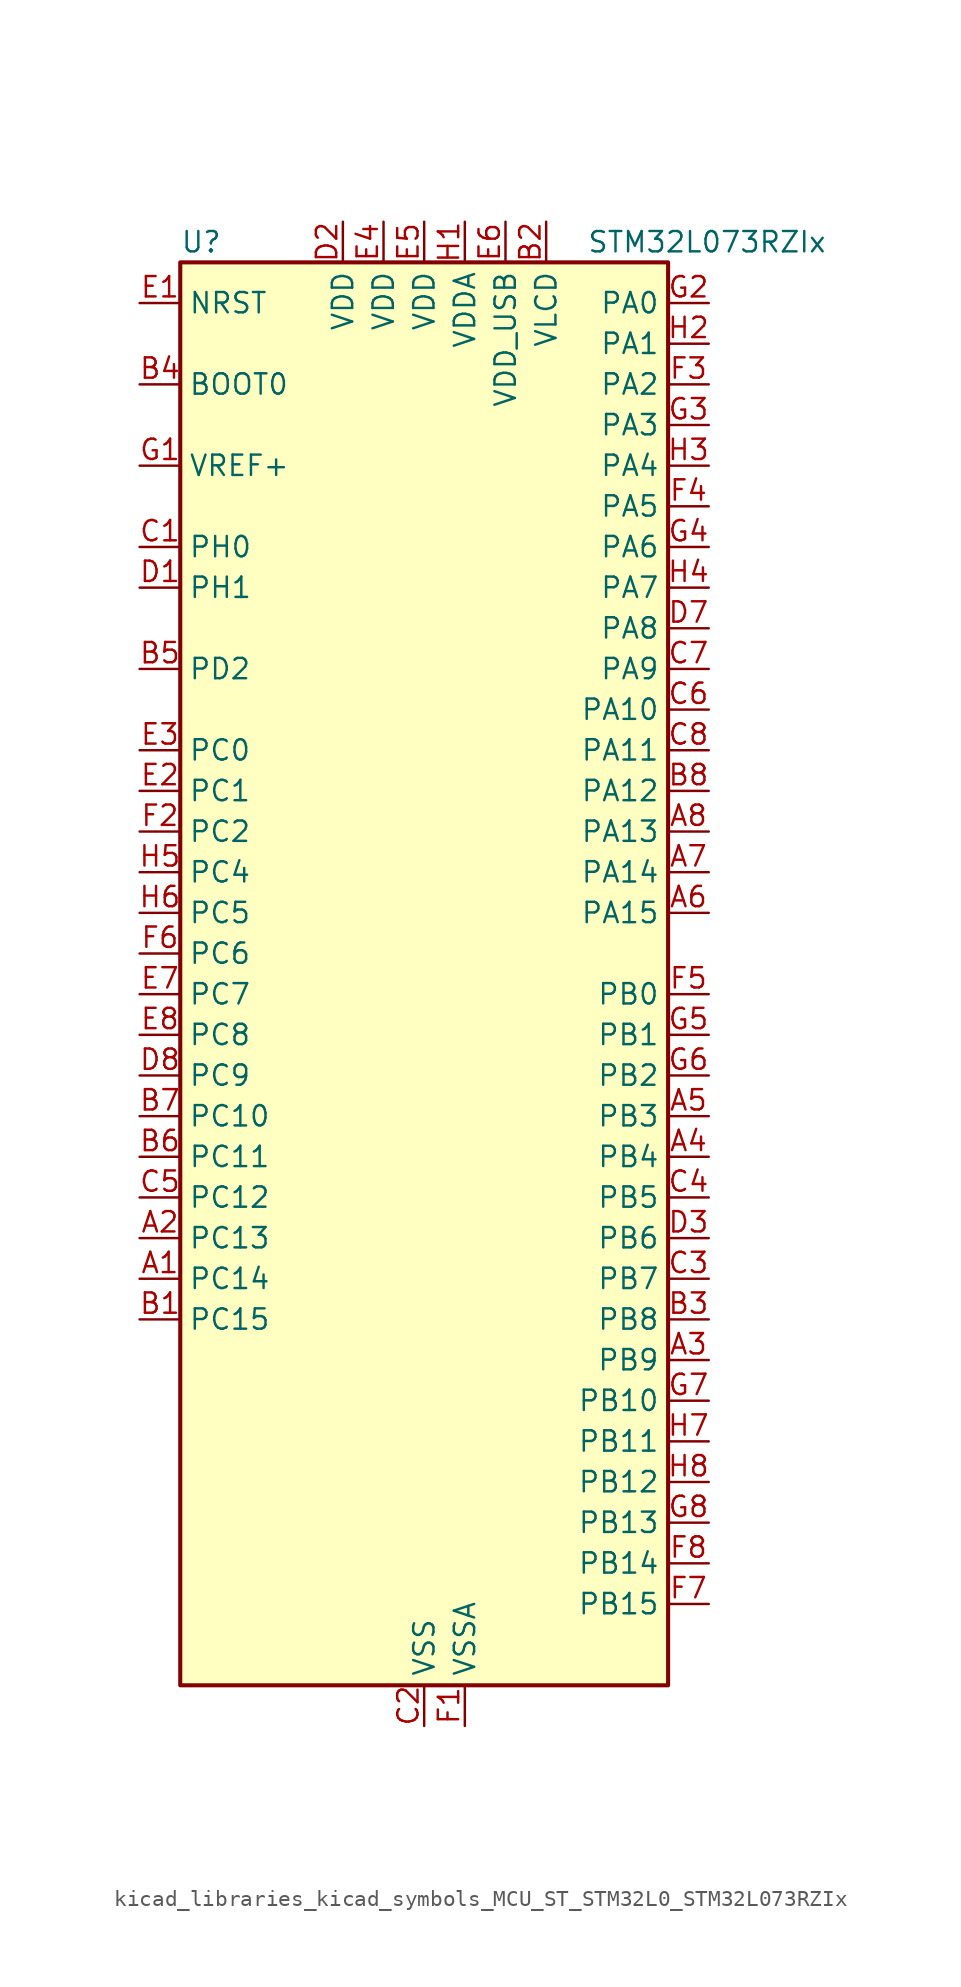
<source format=kicad_sym>
(kicad_symbol_lib
  (version 20220914)
  (generator kicad_symbol_editor)
  (symbol "kicad_libraries_kicad_symbols_MCU_ST_STM32L0_STM32L073RZIx"
    (property "Reference" "U"
      (at -15.24 46.99 0)
      (effects (font (size 1.27 1.27)) (justify left)))
    (property "Value" "STM32L073RZIx"
      (at 10.16 46.99 0)
      (effects (font (size 1.27 1.27)) (justify left)))
    (property "ki_locked" ""
      (at 0 0 0)
      (effects (font (size 1.27 1.27))))
    (symbol "kicad_libraries_kicad_symbols_MCU_ST_STM32L0_STM32L073RZIx_0_1"
      (rectangle (start -15.24 -43.18) (end 15.24 45.72) (stroke (width 0.254) (type default)) (fill (type background))))
    (symbol "kicad_libraries_kicad_symbols_MCU_ST_STM32L0_STM32L073RZIx_1_1"
      (pin bidirectional line (at -17.78 -17.78 0) (length 2.54) (name "PC14" (effects (font (size 1.27 1.27)))) (number "A1" (effects (font (size 1.27 1.27)))) (alternate "RCC_OSC32_IN" bidirectional line))
      (pin bidirectional line (at -17.78 -15.24 0) (length 2.54) (name "PC13" (effects (font (size 1.27 1.27)))) (number "A2" (effects (font (size 1.27 1.27)))) (alternate "RTC_OUT_ALARM" bidirectional line) (alternate "RTC_OUT_CALIB" bidirectional line) (alternate "RTC_TAMP1" bidirectional line) (alternate "RTC_TS" bidirectional line) (alternate "SYS_WKUP2" bidirectional line))
      (pin bidirectional line (at 17.78 -22.86 180) (length 2.54) (name "PB9" (effects (font (size 1.27 1.27)))) (number "A3" (effects (font (size 1.27 1.27)))) (alternate "DAC_EXTI9" bidirectional line) (alternate "I2C1_SDA" bidirectional line) (alternate "I2S2_WS" bidirectional line) (alternate "LCD_COM3" bidirectional line) (alternate "SPI2_NSS" bidirectional line))
      (pin bidirectional line (at 17.78 -10.16 180) (length 2.54) (name "PB4" (effects (font (size 1.27 1.27)))) (number "A4" (effects (font (size 1.27 1.27)))) (alternate "COMP2_INP" bidirectional line) (alternate "I2C3_SDA" bidirectional line) (alternate "LCD_SEG8" bidirectional line) (alternate "SPI1_MISO" bidirectional line) (alternate "TIM22_CH1" bidirectional line) (alternate "TIM3_CH1" bidirectional line) (alternate "TSC_G5_IO2" bidirectional line) (alternate "USART1_CTS" bidirectional line) (alternate "USART5_RX" bidirectional line))
      (pin bidirectional line (at 17.78 -7.62 180) (length 2.54) (name "PB3" (effects (font (size 1.27 1.27)))) (number "A5" (effects (font (size 1.27 1.27)))) (alternate "COMP2_INM" bidirectional line) (alternate "LCD_SEG7" bidirectional line) (alternate "SPI1_SCK" bidirectional line) (alternate "TIM2_CH2" bidirectional line) (alternate "TSC_G5_IO1" bidirectional line) (alternate "USART1_DE" bidirectional line) (alternate "USART1_RTS" bidirectional line) (alternate "USART5_TX" bidirectional line))
      (pin bidirectional line (at 17.78 5.08 180) (length 2.54) (name "PA15" (effects (font (size 1.27 1.27)))) (number "A6" (effects (font (size 1.27 1.27)))) (alternate "LCD_SEG17" bidirectional line) (alternate "SPI1_NSS" bidirectional line) (alternate "TIM2_CH1" bidirectional line) (alternate "TIM2_ETR" bidirectional line) (alternate "USART2_RX" bidirectional line) (alternate "USART4_DE" bidirectional line) (alternate "USART4_RTS" bidirectional line))
      (pin bidirectional line (at 17.78 7.62 180) (length 2.54) (name "PA14" (effects (font (size 1.27 1.27)))) (number "A7" (effects (font (size 1.27 1.27)))) (alternate "LPUART1_TX" bidirectional line) (alternate "SYS_SWCLK" bidirectional line) (alternate "USART2_TX" bidirectional line))
      (pin bidirectional line (at 17.78 10.16 180) (length 2.54) (name "PA13" (effects (font (size 1.27 1.27)))) (number "A8" (effects (font (size 1.27 1.27)))) (alternate "LPUART1_RX" bidirectional line) (alternate "SYS_SWDIO" bidirectional line) (alternate "USB_NOE" bidirectional line))
      (pin bidirectional line (at -17.78 -20.32 0) (length 2.54) (name "PC15" (effects (font (size 1.27 1.27)))) (number "B1" (effects (font (size 1.27 1.27)))) (alternate "RCC_OSC32_OUT" bidirectional line))
      (pin power_in line (at 7.62 48.26 270) (length 2.54) (name "VLCD" (effects (font (size 1.27 1.27)))) (number "B2" (effects (font (size 1.27 1.27)))))
      (pin bidirectional line (at 17.78 -20.32 180) (length 2.54) (name "PB8" (effects (font (size 1.27 1.27)))) (number "B3" (effects (font (size 1.27 1.27)))) (alternate "I2C1_SCL" bidirectional line) (alternate "LCD_SEG16" bidirectional line) (alternate "TSC_SYNC" bidirectional line))
      (pin input line (at -17.78 38.1 0) (length 2.54) (name "BOOT0" (effects (font (size 1.27 1.27)))) (number "B4" (effects (font (size 1.27 1.27)))))
      (pin bidirectional line (at -17.78 20.32 0) (length 2.54) (name "PD2" (effects (font (size 1.27 1.27)))) (number "B5" (effects (font (size 1.27 1.27)))) (alternate "LCD_COM7" bidirectional line) (alternate "LCD_SEG31" bidirectional line) (alternate "LPUART1_DE" bidirectional line) (alternate "LPUART1_RTS" bidirectional line) (alternate "TIM3_ETR" bidirectional line) (alternate "USART5_RX" bidirectional line))
      (pin bidirectional line (at -17.78 -10.16 0) (length 2.54) (name "PC11" (effects (font (size 1.27 1.27)))) (number "B6" (effects (font (size 1.27 1.27)))) (alternate "ADC_EXTI11" bidirectional line) (alternate "LCD_COM5" bidirectional line) (alternate "LCD_SEG29" bidirectional line) (alternate "LPUART1_RX" bidirectional line) (alternate "USART4_RX" bidirectional line))
      (pin bidirectional line (at -17.78 -7.62 0) (length 2.54) (name "PC10" (effects (font (size 1.27 1.27)))) (number "B7" (effects (font (size 1.27 1.27)))) (alternate "LCD_COM4" bidirectional line) (alternate "LCD_SEG28" bidirectional line) (alternate "LPUART1_TX" bidirectional line) (alternate "USART4_TX" bidirectional line))
      (pin bidirectional line (at 17.78 12.7 180) (length 2.54) (name "PA12" (effects (font (size 1.27 1.27)))) (number "B8" (effects (font (size 1.27 1.27)))) (alternate "COMP2_OUT" bidirectional line) (alternate "SPI1_MOSI" bidirectional line) (alternate "TSC_G4_IO4" bidirectional line) (alternate "USART1_DE" bidirectional line) (alternate "USART1_RTS" bidirectional line) (alternate "USB_DP" bidirectional line))
      (pin bidirectional line (at -17.78 27.94 0) (length 2.54) (name "PH0" (effects (font (size 1.27 1.27)))) (number "C1" (effects (font (size 1.27 1.27)))) (alternate "CRS_SYNC" bidirectional line) (alternate "RCC_OSC_IN" bidirectional line))
      (pin power_in line (at 0 -45.72 90) (length 2.54) (name "VSS" (effects (font (size 1.27 1.27)))) (number "C2" (effects (font (size 1.27 1.27)))))
      (pin bidirectional line (at 17.78 -17.78 180) (length 2.54) (name "PB7" (effects (font (size 1.27 1.27)))) (number "C3" (effects (font (size 1.27 1.27)))) (alternate "COMP2_INP" bidirectional line) (alternate "I2C1_SDA" bidirectional line) (alternate "LPTIM1_IN2" bidirectional line) (alternate "SYS_PVD_IN" bidirectional line) (alternate "TSC_G5_IO4" bidirectional line) (alternate "USART1_RX" bidirectional line) (alternate "USART4_CTS" bidirectional line))
      (pin bidirectional line (at 17.78 -12.7 180) (length 2.54) (name "PB5" (effects (font (size 1.27 1.27)))) (number "C4" (effects (font (size 1.27 1.27)))) (alternate "COMP2_INP" bidirectional line) (alternate "I2C1_SMBA" bidirectional line) (alternate "LCD_SEG9" bidirectional line) (alternate "LPTIM1_IN1" bidirectional line) (alternate "SPI1_MOSI" bidirectional line) (alternate "TIM22_CH2" bidirectional line) (alternate "TIM3_CH2" bidirectional line) (alternate "USART1_CK" bidirectional line) (alternate "USART5_CK" bidirectional line) (alternate "USART5_DE" bidirectional line) (alternate "USART5_RTS" bidirectional line))
      (pin bidirectional line (at -17.78 -12.7 0) (length 2.54) (name "PC12" (effects (font (size 1.27 1.27)))) (number "C5" (effects (font (size 1.27 1.27)))) (alternate "LCD_COM6" bidirectional line) (alternate "LCD_SEG30" bidirectional line) (alternate "USART4_CK" bidirectional line) (alternate "USART5_TX" bidirectional line))
      (pin bidirectional line (at 17.78 17.78 180) (length 2.54) (name "PA10" (effects (font (size 1.27 1.27)))) (number "C6" (effects (font (size 1.27 1.27)))) (alternate "I2C1_SDA" bidirectional line) (alternate "LCD_COM2" bidirectional line) (alternate "TSC_G4_IO2" bidirectional line) (alternate "USART1_RX" bidirectional line))
      (pin bidirectional line (at 17.78 20.32 180) (length 2.54) (name "PA9" (effects (font (size 1.27 1.27)))) (number "C7" (effects (font (size 1.27 1.27)))) (alternate "DAC_EXTI9" bidirectional line) (alternate "I2C1_SCL" bidirectional line) (alternate "I2C3_SMBA" bidirectional line) (alternate "LCD_COM1" bidirectional line) (alternate "RCC_MCO" bidirectional line) (alternate "TSC_G4_IO1" bidirectional line) (alternate "USART1_TX" bidirectional line))
      (pin bidirectional line (at 17.78 15.24 180) (length 2.54) (name "PA11" (effects (font (size 1.27 1.27)))) (number "C8" (effects (font (size 1.27 1.27)))) (alternate "ADC_EXTI11" bidirectional line) (alternate "COMP1_OUT" bidirectional line) (alternate "SPI1_MISO" bidirectional line) (alternate "TSC_G4_IO3" bidirectional line) (alternate "USART1_CTS" bidirectional line) (alternate "USB_DM" bidirectional line))
      (pin bidirectional line (at -17.78 25.4 0) (length 2.54) (name "PH1" (effects (font (size 1.27 1.27)))) (number "D1" (effects (font (size 1.27 1.27)))) (alternate "RCC_OSC_OUT" bidirectional line))
      (pin power_in line (at -5.08 48.26 270) (length 2.54) (name "VDD" (effects (font (size 1.27 1.27)))) (number "D2" (effects (font (size 1.27 1.27)))))
      (pin bidirectional line (at 17.78 -15.24 180) (length 2.54) (name "PB6" (effects (font (size 1.27 1.27)))) (number "D3" (effects (font (size 1.27 1.27)))) (alternate "COMP2_INP" bidirectional line) (alternate "I2C1_SCL" bidirectional line) (alternate "LPTIM1_ETR" bidirectional line) (alternate "TSC_G5_IO3" bidirectional line) (alternate "USART1_TX" bidirectional line))
      (pin passive line (at 0 -45.72 90) (length 2.54) hide (name "VSS" (effects (font (size 1.27 1.27)))) (number "D4" (effects (font (size 1.27 1.27)))))
      (pin passive line (at 0 -45.72 90) (length 2.54) hide (name "VSS" (effects (font (size 1.27 1.27)))) (number "D5" (effects (font (size 1.27 1.27)))))
      (pin passive line (at 0 -45.72 90) (length 2.54) hide (name "VSS" (effects (font (size 1.27 1.27)))) (number "D6" (effects (font (size 1.27 1.27)))))
      (pin bidirectional line (at 17.78 22.86 180) (length 2.54) (name "PA8" (effects (font (size 1.27 1.27)))) (number "D7" (effects (font (size 1.27 1.27)))) (alternate "CRS_SYNC" bidirectional line) (alternate "I2C3_SCL" bidirectional line) (alternate "LCD_COM0" bidirectional line) (alternate "RCC_MCO" bidirectional line) (alternate "USART1_CK" bidirectional line))
      (pin bidirectional line (at -17.78 -5.08 0) (length 2.54) (name "PC9" (effects (font (size 1.27 1.27)))) (number "D8" (effects (font (size 1.27 1.27)))) (alternate "DAC_EXTI9" bidirectional line) (alternate "I2C3_SDA" bidirectional line) (alternate "LCD_SEG27" bidirectional line) (alternate "TIM21_ETR" bidirectional line) (alternate "TIM3_CH4" bidirectional line) (alternate "TSC_G8_IO4" bidirectional line) (alternate "USB_NOE" bidirectional line))
      (pin input line (at -17.78 43.18 0) (length 2.54) (name "NRST" (effects (font (size 1.27 1.27)))) (number "E1" (effects (font (size 1.27 1.27)))))
      (pin bidirectional line (at -17.78 12.7 0) (length 2.54) (name "PC1" (effects (font (size 1.27 1.27)))) (number "E2" (effects (font (size 1.27 1.27)))) (alternate "ADC_IN11" bidirectional line) (alternate "I2C3_SDA" bidirectional line) (alternate "LCD_SEG19" bidirectional line) (alternate "LPTIM1_OUT" bidirectional line) (alternate "LPUART1_TX" bidirectional line) (alternate "TSC_G7_IO2" bidirectional line))
      (pin bidirectional line (at -17.78 15.24 0) (length 2.54) (name "PC0" (effects (font (size 1.27 1.27)))) (number "E3" (effects (font (size 1.27 1.27)))) (alternate "ADC_IN10" bidirectional line) (alternate "I2C3_SCL" bidirectional line) (alternate "LCD_SEG18" bidirectional line) (alternate "LPTIM1_IN1" bidirectional line) (alternate "LPUART1_RX" bidirectional line) (alternate "TSC_G7_IO1" bidirectional line))
      (pin power_in line (at -2.54 48.26 270) (length 2.54) (name "VDD" (effects (font (size 1.27 1.27)))) (number "E4" (effects (font (size 1.27 1.27)))))
      (pin power_in line (at 0 48.26 270) (length 2.54) (name "VDD" (effects (font (size 1.27 1.27)))) (number "E5" (effects (font (size 1.27 1.27)))))
      (pin power_in line (at 5.08 48.26 270) (length 2.54) (name "VDD_USB" (effects (font (size 1.27 1.27)))) (number "E6" (effects (font (size 1.27 1.27)))))
      (pin bidirectional line (at -17.78 0 0) (length 2.54) (name "PC7" (effects (font (size 1.27 1.27)))) (number "E7" (effects (font (size 1.27 1.27)))) (alternate "LCD_SEG25" bidirectional line) (alternate "TIM22_CH2" bidirectional line) (alternate "TIM3_CH2" bidirectional line) (alternate "TSC_G8_IO2" bidirectional line))
      (pin bidirectional line (at -17.78 -2.54 0) (length 2.54) (name "PC8" (effects (font (size 1.27 1.27)))) (number "E8" (effects (font (size 1.27 1.27)))) (alternate "LCD_SEG26" bidirectional line) (alternate "TIM22_ETR" bidirectional line) (alternate "TIM3_CH3" bidirectional line) (alternate "TSC_G8_IO3" bidirectional line))
      (pin power_in line (at 2.54 -45.72 90) (length 2.54) (name "VSSA" (effects (font (size 1.27 1.27)))) (number "F1" (effects (font (size 1.27 1.27)))))
      (pin bidirectional line (at -17.78 10.16 0) (length 2.54) (name "PC2" (effects (font (size 1.27 1.27)))) (number "F2" (effects (font (size 1.27 1.27)))) (alternate "ADC_IN12" bidirectional line) (alternate "I2S2_MCK" bidirectional line) (alternate "LCD_SEG20" bidirectional line) (alternate "LPTIM1_IN2" bidirectional line) (alternate "SPI2_MISO" bidirectional line) (alternate "TSC_G7_IO3" bidirectional line))
      (pin bidirectional line (at 17.78 38.1 180) (length 2.54) (name "PA2" (effects (font (size 1.27 1.27)))) (number "F3" (effects (font (size 1.27 1.27)))) (alternate "ADC_IN2" bidirectional line) (alternate "COMP2_INM" bidirectional line) (alternate "COMP2_OUT" bidirectional line) (alternate "LCD_SEG1" bidirectional line) (alternate "LPUART1_TX" bidirectional line) (alternate "TIM21_CH1" bidirectional line) (alternate "TIM2_CH3" bidirectional line) (alternate "TSC_G1_IO3" bidirectional line) (alternate "USART2_TX" bidirectional line))
      (pin bidirectional line (at 17.78 30.48 180) (length 2.54) (name "PA5" (effects (font (size 1.27 1.27)))) (number "F4" (effects (font (size 1.27 1.27)))) (alternate "ADC_IN5" bidirectional line) (alternate "COMP1_INM" bidirectional line) (alternate "COMP2_INM" bidirectional line) (alternate "DAC_OUT2" bidirectional line) (alternate "SPI1_SCK" bidirectional line) (alternate "TIM2_CH1" bidirectional line) (alternate "TIM2_ETR" bidirectional line) (alternate "TSC_G2_IO2" bidirectional line))
      (pin bidirectional line (at 17.78 0 180) (length 2.54) (name "PB0" (effects (font (size 1.27 1.27)))) (number "F5" (effects (font (size 1.27 1.27)))) (alternate "ADC_IN8" bidirectional line) (alternate "LCD_SEG5" bidirectional line) (alternate "LCD_VLCD3" bidirectional line) (alternate "SYS_VREF_OUT_PB0" bidirectional line) (alternate "TIM3_CH3" bidirectional line) (alternate "TSC_G3_IO2" bidirectional line))
      (pin bidirectional line (at -17.78 2.54 0) (length 2.54) (name "PC6" (effects (font (size 1.27 1.27)))) (number "F6" (effects (font (size 1.27 1.27)))) (alternate "LCD_SEG24" bidirectional line) (alternate "TIM22_CH1" bidirectional line) (alternate "TIM3_CH1" bidirectional line) (alternate "TSC_G8_IO1" bidirectional line))
      (pin bidirectional line (at 17.78 -38.1 180) (length 2.54) (name "PB15" (effects (font (size 1.27 1.27)))) (number "F7" (effects (font (size 1.27 1.27)))) (alternate "I2S2_SD" bidirectional line) (alternate "LCD_SEG15" bidirectional line) (alternate "RTC_REFIN" bidirectional line) (alternate "SPI2_MOSI" bidirectional line))
      (pin bidirectional line (at 17.78 -35.56 180) (length 2.54) (name "PB14" (effects (font (size 1.27 1.27)))) (number "F8" (effects (font (size 1.27 1.27)))) (alternate "I2C2_SDA" bidirectional line) (alternate "I2S2_MCK" bidirectional line) (alternate "LCD_SEG14" bidirectional line) (alternate "LPUART1_DE" bidirectional line) (alternate "LPUART1_RTS" bidirectional line) (alternate "RTC_OUT_ALARM" bidirectional line) (alternate "RTC_OUT_CALIB" bidirectional line) (alternate "SPI2_MISO" bidirectional line) (alternate "TIM21_CH2" bidirectional line) (alternate "TSC_G6_IO4" bidirectional line))
      (pin input line (at -17.78 33.02 0) (length 2.54) (name "VREF+" (effects (font (size 1.27 1.27)))) (number "G1" (effects (font (size 1.27 1.27)))))
      (pin bidirectional line (at 17.78 43.18 180) (length 2.54) (name "PA0" (effects (font (size 1.27 1.27)))) (number "G2" (effects (font (size 1.27 1.27)))) (alternate "ADC_IN0" bidirectional line) (alternate "COMP1_INM" bidirectional line) (alternate "COMP1_OUT" bidirectional line) (alternate "RTC_TAMP2" bidirectional line) (alternate "SYS_WKUP1" bidirectional line) (alternate "TIM2_CH1" bidirectional line) (alternate "TIM2_ETR" bidirectional line) (alternate "TSC_G1_IO1" bidirectional line) (alternate "USART2_CTS" bidirectional line) (alternate "USART4_TX" bidirectional line))
      (pin bidirectional line (at 17.78 35.56 180) (length 2.54) (name "PA3" (effects (font (size 1.27 1.27)))) (number "G3" (effects (font (size 1.27 1.27)))) (alternate "ADC_IN3" bidirectional line) (alternate "COMP2_INP" bidirectional line) (alternate "LCD_SEG2" bidirectional line) (alternate "LPUART1_RX" bidirectional line) (alternate "TIM21_CH2" bidirectional line) (alternate "TIM2_CH4" bidirectional line) (alternate "TSC_G1_IO4" bidirectional line) (alternate "USART2_RX" bidirectional line))
      (pin bidirectional line (at 17.78 27.94 180) (length 2.54) (name "PA6" (effects (font (size 1.27 1.27)))) (number "G4" (effects (font (size 1.27 1.27)))) (alternate "ADC_IN6" bidirectional line) (alternate "COMP1_OUT" bidirectional line) (alternate "LCD_SEG3" bidirectional line) (alternate "LPUART1_CTS" bidirectional line) (alternate "SPI1_MISO" bidirectional line) (alternate "TIM22_CH1" bidirectional line) (alternate "TIM3_CH1" bidirectional line) (alternate "TSC_G2_IO3" bidirectional line))
      (pin bidirectional line (at 17.78 -2.54 180) (length 2.54) (name "PB1" (effects (font (size 1.27 1.27)))) (number "G5" (effects (font (size 1.27 1.27)))) (alternate "ADC_IN9" bidirectional line) (alternate "LCD_SEG6" bidirectional line) (alternate "LPUART1_DE" bidirectional line) (alternate "LPUART1_RTS" bidirectional line) (alternate "SYS_VREF_OUT_PB1" bidirectional line) (alternate "TIM3_CH4" bidirectional line) (alternate "TSC_G3_IO3" bidirectional line))
      (pin bidirectional line (at 17.78 -5.08 180) (length 2.54) (name "PB2" (effects (font (size 1.27 1.27)))) (number "G6" (effects (font (size 1.27 1.27)))) (alternate "I2C3_SMBA" bidirectional line) (alternate "LCD_VLCD2" bidirectional line) (alternate "LPTIM1_OUT" bidirectional line) (alternate "TSC_G3_IO4" bidirectional line))
      (pin bidirectional line (at 17.78 -25.4 180) (length 2.54) (name "PB10" (effects (font (size 1.27 1.27)))) (number "G7" (effects (font (size 1.27 1.27)))) (alternate "I2C2_SCL" bidirectional line) (alternate "LCD_SEG10" bidirectional line) (alternate "LPUART1_RX" bidirectional line) (alternate "LPUART1_TX" bidirectional line) (alternate "SPI2_SCK" bidirectional line) (alternate "TIM2_CH3" bidirectional line) (alternate "TSC_SYNC" bidirectional line))
      (pin bidirectional line (at 17.78 -33.02 180) (length 2.54) (name "PB13" (effects (font (size 1.27 1.27)))) (number "G8" (effects (font (size 1.27 1.27)))) (alternate "I2C2_SCL" bidirectional line) (alternate "I2S2_CK" bidirectional line) (alternate "LCD_SEG13" bidirectional line) (alternate "LPUART1_CTS" bidirectional line) (alternate "RCC_MCO" bidirectional line) (alternate "SPI2_SCK" bidirectional line) (alternate "TIM21_CH1" bidirectional line) (alternate "TSC_G6_IO3" bidirectional line))
      (pin power_in line (at 2.54 48.26 270) (length 2.54) (name "VDDA" (effects (font (size 1.27 1.27)))) (number "H1" (effects (font (size 1.27 1.27)))))
      (pin bidirectional line (at 17.78 40.64 180) (length 2.54) (name "PA1" (effects (font (size 1.27 1.27)))) (number "H2" (effects (font (size 1.27 1.27)))) (alternate "ADC_IN1" bidirectional line) (alternate "COMP1_INP" bidirectional line) (alternate "LCD_SEG0" bidirectional line) (alternate "TIM21_ETR" bidirectional line) (alternate "TIM2_CH2" bidirectional line) (alternate "TSC_G1_IO2" bidirectional line) (alternate "USART2_DE" bidirectional line) (alternate "USART2_RTS" bidirectional line) (alternate "USART4_RX" bidirectional line))
      (pin bidirectional line (at 17.78 33.02 180) (length 2.54) (name "PA4" (effects (font (size 1.27 1.27)))) (number "H3" (effects (font (size 1.27 1.27)))) (alternate "ADC_IN4" bidirectional line) (alternate "COMP1_INM" bidirectional line) (alternate "COMP2_INM" bidirectional line) (alternate "DAC_OUT1" bidirectional line) (alternate "SPI1_NSS" bidirectional line) (alternate "TIM22_ETR" bidirectional line) (alternate "TSC_G2_IO1" bidirectional line) (alternate "USART2_CK" bidirectional line))
      (pin bidirectional line (at 17.78 25.4 180) (length 2.54) (name "PA7" (effects (font (size 1.27 1.27)))) (number "H4" (effects (font (size 1.27 1.27)))) (alternate "ADC_IN7" bidirectional line) (alternate "COMP2_OUT" bidirectional line) (alternate "LCD_SEG4" bidirectional line) (alternate "SPI1_MOSI" bidirectional line) (alternate "TIM22_CH2" bidirectional line) (alternate "TIM3_CH2" bidirectional line) (alternate "TSC_G2_IO4" bidirectional line))
      (pin bidirectional line (at -17.78 7.62 0) (length 2.54) (name "PC4" (effects (font (size 1.27 1.27)))) (number "H5" (effects (font (size 1.27 1.27)))) (alternate "ADC_IN14" bidirectional line) (alternate "LCD_SEG22" bidirectional line) (alternate "LPUART1_TX" bidirectional line))
      (pin bidirectional line (at -17.78 5.08 0) (length 2.54) (name "PC5" (effects (font (size 1.27 1.27)))) (number "H6" (effects (font (size 1.27 1.27)))) (alternate "ADC_IN15" bidirectional line) (alternate "LCD_SEG23" bidirectional line) (alternate "LPUART1_RX" bidirectional line) (alternate "TSC_G3_IO1" bidirectional line))
      (pin bidirectional line (at 17.78 -27.94 180) (length 2.54) (name "PB11" (effects (font (size 1.27 1.27)))) (number "H7" (effects (font (size 1.27 1.27)))) (alternate "ADC_EXTI11" bidirectional line) (alternate "I2C2_SDA" bidirectional line) (alternate "LCD_SEG11" bidirectional line) (alternate "LPUART1_RX" bidirectional line) (alternate "LPUART1_TX" bidirectional line) (alternate "TIM2_CH4" bidirectional line) (alternate "TSC_G6_IO1" bidirectional line))
      (pin bidirectional line (at 17.78 -30.48 180) (length 2.54) (name "PB12" (effects (font (size 1.27 1.27)))) (number "H8" (effects (font (size 1.27 1.27)))) (alternate "I2S2_WS" bidirectional line) (alternate "LCD_SEG12" bidirectional line) (alternate "LCD_VLCD2" bidirectional line) (alternate "LPUART1_DE" bidirectional line) (alternate "LPUART1_RTS" bidirectional line) (alternate "SPI2_NSS" bidirectional line) (alternate "TSC_G6_IO2" bidirectional line)))))
</source>
